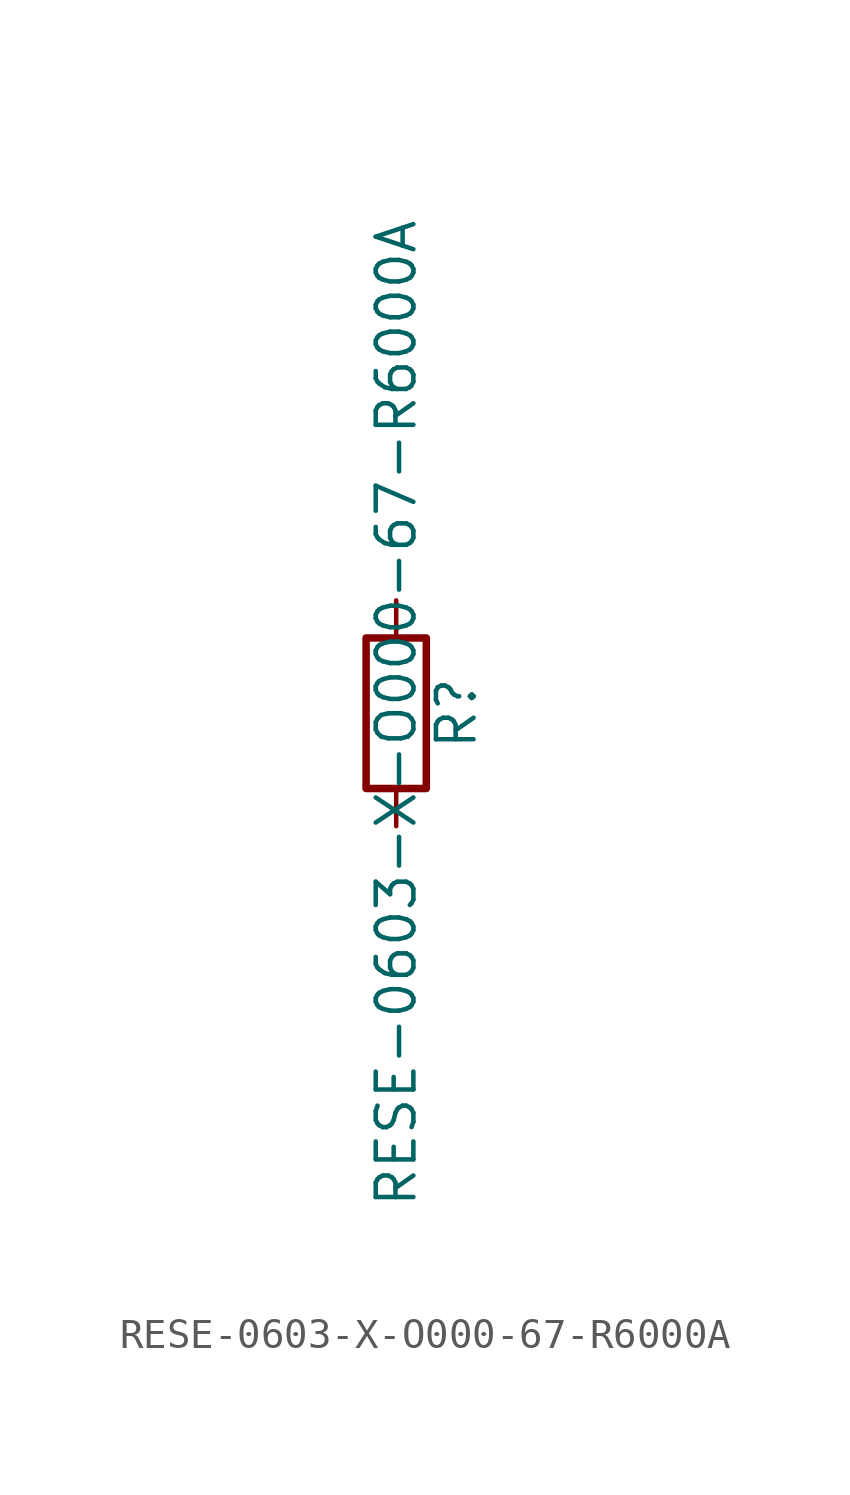
<source format=kicad_sym>
(kicad_symbol_lib
  (version 20211014)
  (generator kicad_symbol_editor)
  (symbol "RESE-0603-X-O000-67-R6000A"
    (pin_numbers hide)
    (pin_names
      (offset 0))
    (property "Reference" "R"
      (at 2.032 0 90)
      (effects (font (size 1.27 1.27))))
    (property "Value" "RESE-0603-X-O000-67-R6000A"
      (at 0 0 90)
      (effects (font (size 1.27 1.27))))
    (symbol "RESE-0603-X-O000-67-R6000A_0_1"
      (rectangle (start -1.016 -2.54) (end 1.016 2.54) (stroke (width 0.254) (type default) (color 0 0 0 0)) (fill (type none))))
    (symbol "RESE-0603-X-O000-67-R6000A_1_1"
      (pin passive line (at 0 3.81 270) (length 1.27) (name "~" (effects (font (size 1.27 1.27)))) (number "1" (effects (font (size 1.27 1.27)))))
      (pin passive line (at 0 -3.81 90) (length 1.27) (name "~" (effects (font (size 1.27 1.27)))) (number "2" (effects (font (size 1.27 1.27))))))))
</source>
